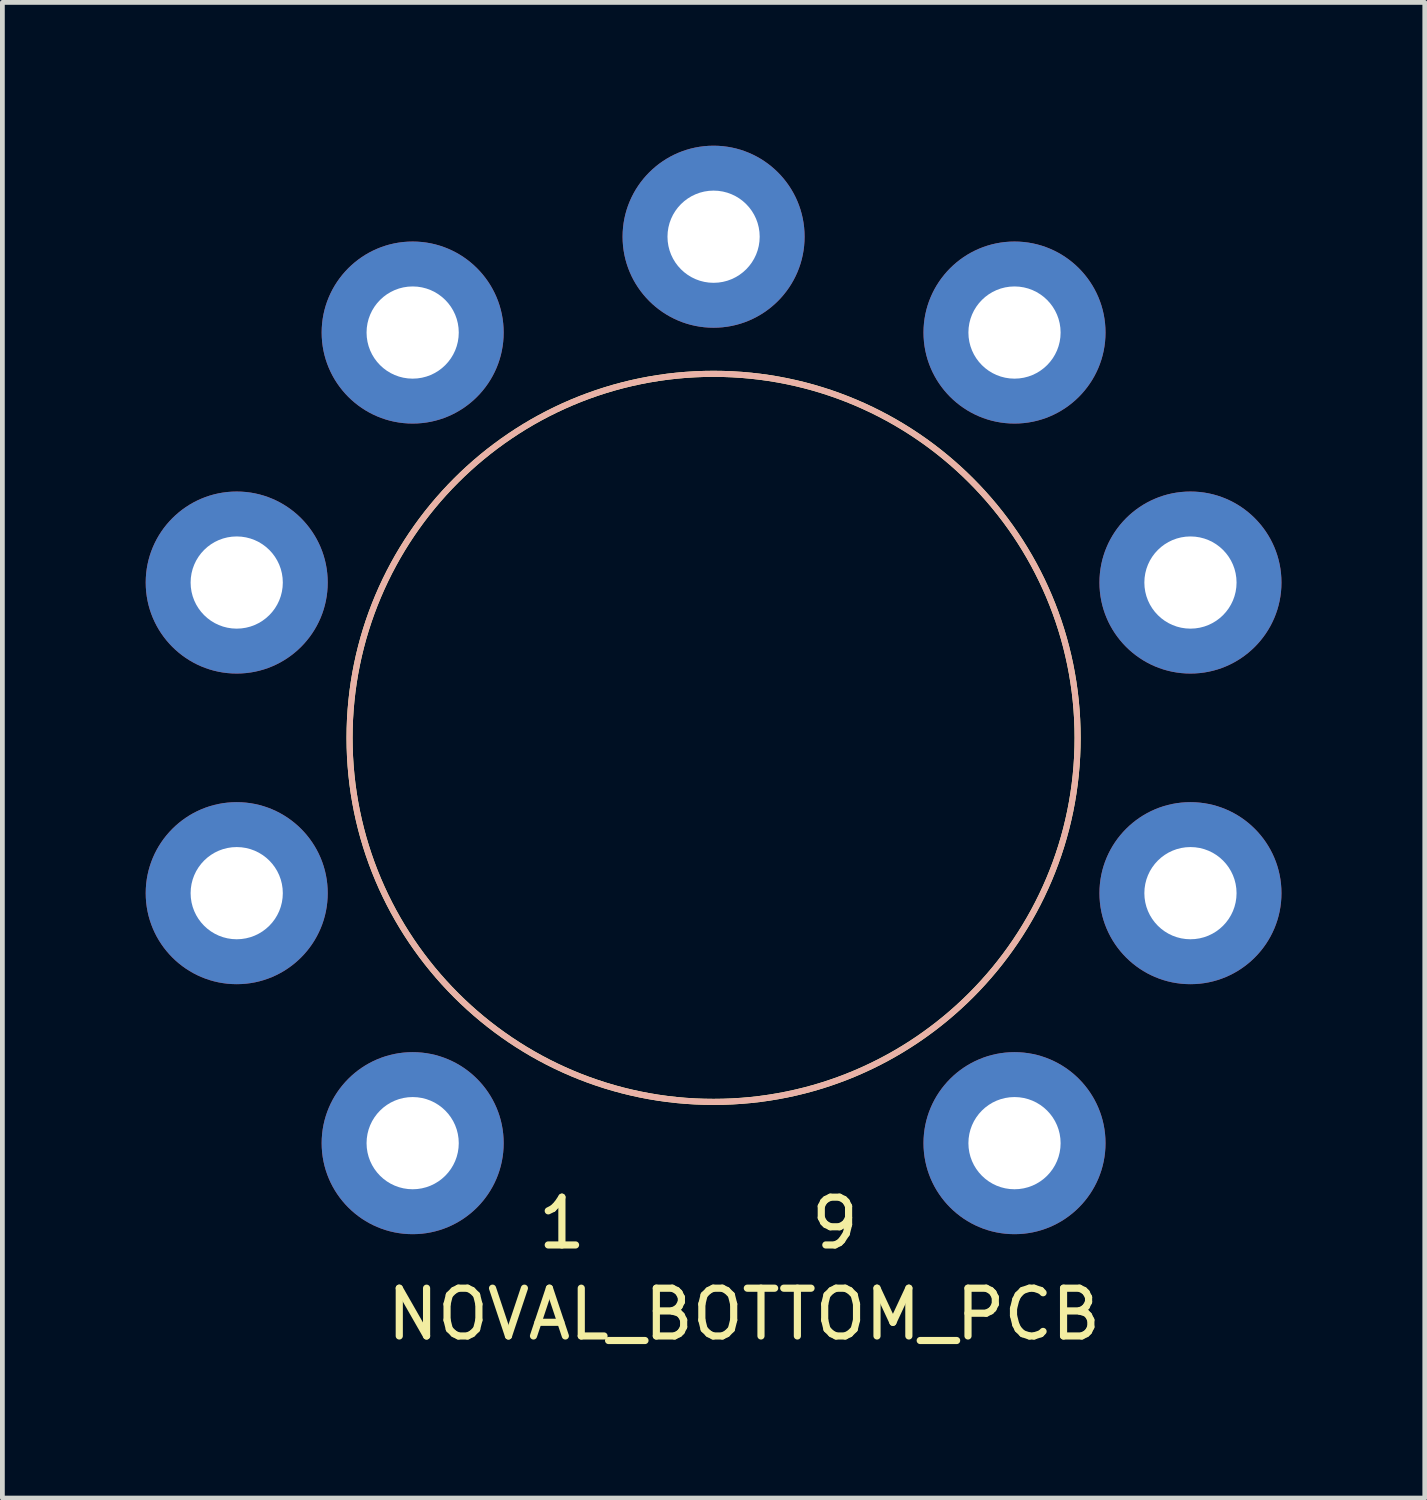
<source format=kicad_pcb>
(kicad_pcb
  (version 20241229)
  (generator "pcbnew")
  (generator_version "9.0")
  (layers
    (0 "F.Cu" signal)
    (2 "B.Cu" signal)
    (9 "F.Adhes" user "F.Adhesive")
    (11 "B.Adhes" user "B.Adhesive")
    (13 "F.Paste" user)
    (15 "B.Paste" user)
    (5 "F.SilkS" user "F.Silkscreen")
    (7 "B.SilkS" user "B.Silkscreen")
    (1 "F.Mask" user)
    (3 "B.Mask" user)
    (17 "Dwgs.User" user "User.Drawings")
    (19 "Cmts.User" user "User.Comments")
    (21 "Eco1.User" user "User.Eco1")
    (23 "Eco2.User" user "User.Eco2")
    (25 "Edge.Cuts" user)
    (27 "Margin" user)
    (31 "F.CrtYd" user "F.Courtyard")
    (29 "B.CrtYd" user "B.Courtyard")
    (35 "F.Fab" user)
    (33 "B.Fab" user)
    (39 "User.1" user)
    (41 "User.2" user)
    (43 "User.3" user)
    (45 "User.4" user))
  (footprint "NOVAL_BOTTOM_PCB"
    (layer "F.Cu")
    (at 11.887 12.395)
    (property "Reference" "NOVAL_BOTTOM_PCB" (at 0.635 12.065 0) (layer "F.SilkS") (effects (font (size 1 1) (thickness 0.15))))
    (attr through_hole)
    (fp_circle (center 0 0) (end 7.62 0) (stroke (width 0.127) (type solid)) (fill no) (layer "F.SilkS"))
    (fp_circle (center 0 0) (end 7.62 0) (stroke (width 0.127) (type solid)) (fill no) (layer "B.SilkS"))
    (fp_text user "1" (at -3.175 10.16 0) (layer "F.SilkS") (effects (font (size 1 1) (thickness 0.15))))
    (fp_text user "9" (at 2.54 10.16 0) (layer "F.SilkS") (effects (font (size 1 1) (thickness 0.15))))
    (pad "1" thru_hole circle (at -6.299 8.484) (size 3.81 3.81) (drill 1.93) (layers "*.Cu" "*.Mask"))
    (pad "2" thru_hole circle (at -9.982 3.251) (size 3.81 3.81) (drill 1.93) (layers "*.Cu" "*.Mask"))
    (pad "3" thru_hole circle (at -9.982 -3.251) (size 3.81 3.81) (drill 1.93) (layers "*.Cu" "*.Mask"))
    (pad "4" thru_hole circle (at -6.299 -8.484) (size 3.81 3.81) (drill 1.93) (layers "*.Cu" "*.Mask"))
    (pad "5" thru_hole circle (at 0 -10.49) (size 3.81 3.81) (drill 1.93) (layers "*.Cu" "*.Mask"))
    (pad "6" thru_hole circle (at 6.299 -8.484) (size 3.81 3.81) (drill 1.93) (layers "*.Cu" "*.Mask"))
    (pad "7" thru_hole circle (at 9.982 -3.251) (size 3.81 3.81) (drill 1.93) (layers "*.Cu" "*.Mask"))
    (pad "8" thru_hole circle (at 9.982 3.251) (size 3.81 3.81) (drill 1.93) (layers "*.Cu" "*.Mask"))
    (pad "9" thru_hole circle (at 6.299 8.484) (size 3.81 3.81) (drill 1.93) (layers "*.Cu" "*.Mask")))
  (gr_rect
    (start -3 -3)
    (end 26.774 28.308)
    (stroke (width 0.1) (type default))
    (fill no)
    (layer "Edge.Cuts")))
</source>
